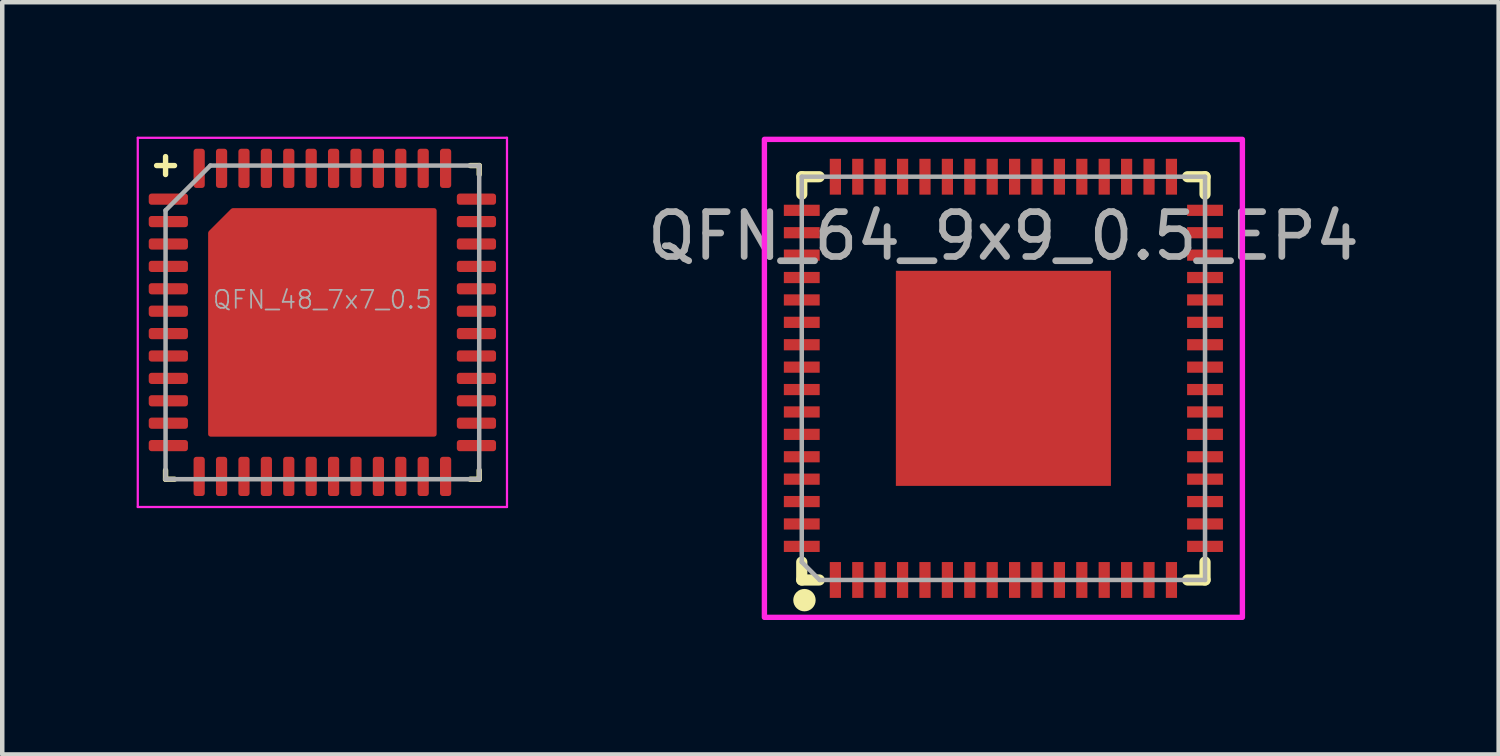
<source format=kicad_pcb>
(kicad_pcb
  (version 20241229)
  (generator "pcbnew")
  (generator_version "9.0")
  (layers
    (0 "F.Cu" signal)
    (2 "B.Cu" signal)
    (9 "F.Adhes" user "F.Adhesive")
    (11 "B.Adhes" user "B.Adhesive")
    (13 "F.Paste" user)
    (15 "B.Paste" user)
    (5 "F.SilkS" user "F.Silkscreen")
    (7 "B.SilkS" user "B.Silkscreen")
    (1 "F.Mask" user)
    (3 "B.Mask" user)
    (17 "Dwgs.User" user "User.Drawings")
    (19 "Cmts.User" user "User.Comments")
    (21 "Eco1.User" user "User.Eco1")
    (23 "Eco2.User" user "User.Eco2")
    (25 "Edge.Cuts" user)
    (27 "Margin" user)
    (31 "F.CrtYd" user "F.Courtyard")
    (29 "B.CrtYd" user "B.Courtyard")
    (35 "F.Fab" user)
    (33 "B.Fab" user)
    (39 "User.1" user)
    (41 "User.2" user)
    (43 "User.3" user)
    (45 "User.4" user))
  (footprint "QFN_64_9x9_0.5_EP4"
    (layer "F.Cu")
    (at 19.344 5.394)
    (property "Reference" "QFN_64_9x9_0.5_EP4" (at 0 -3.175 0) (layer "F.Fab") (effects (font (size 1 1) (thickness 0.15))))
    (attr smd)
    (fp_line (start -4.5 -4.5) (end -4.11 -4.5) (stroke (width 0.25) (type solid)) (layer "F.SilkS"))
    (fp_line (start -4.5 -4.11) (end -4.5 -4.5) (stroke (width 0.25) (type solid)) (layer "F.SilkS"))
    (fp_line (start -4.5 4.5) (end -4.5 4.1) (stroke (width 0.25) (type solid)) (layer "F.SilkS"))
    (fp_line (start -4.11 4.5) (end -4.5 4.5) (stroke (width 0.25) (type solid)) (layer "F.SilkS"))
    (fp_line (start 4.11 -4.5) (end 4.5 -4.5) (stroke (width 0.25) (type solid)) (layer "F.SilkS"))
    (fp_line (start 4.5 -4.5) (end 4.5 -4.11) (stroke (width 0.25) (type solid)) (layer "F.SilkS"))
    (fp_line (start 4.5 4.1) (end 4.5 4.5) (stroke (width 0.25) (type solid)) (layer "F.SilkS"))
    (fp_line (start 4.5 4.5) (end 4.11 4.5) (stroke (width 0.25) (type solid)) (layer "F.SilkS"))
    (fp_arc (start -4.44 4.95) (mid -4.44 4.95) (end -4.44 4.95) (stroke (width 0.25) (type solid)) (layer "F.SilkS"))
    (fp_rect (start -5.334 -5.334) (end 5.334 5.334) (stroke (width 0.12) (type default)) (fill no) (layer "F.CrtYd"))
    (fp_line (start -4.5 -4.5) (end -4.5 4.1) (stroke (width 0.1) (type default)) (layer "F.Fab"))
    (fp_line (start -4.5 4.1) (end -4.1 4.5) (stroke (width 0.1) (type default)) (layer "F.Fab"))
    (fp_line (start -4.1 4.5) (end 4.5 4.5) (stroke (width 0.1) (type default)) (layer "F.Fab"))
    (fp_line (start 4.5 -4.5) (end -4.5 -4.5) (stroke (width 0.1) (type default)) (layer "F.Fab"))
    (fp_line (start 4.5 4.5) (end 4.5 -4.5) (stroke (width 0.1) (type default)) (layer "F.Fab"))
    (pad "1" smd rect (at -3.75 4.5 90) (size 0.8 0.25) (layers "F.Cu" "F.Mask" "F.Paste"))
    (pad "2" smd rect (at -3.25 4.5 90) (size 0.8 0.25) (layers "F.Cu" "F.Mask" "F.Paste"))
    (pad "3" smd rect (at -2.75 4.5 90) (size 0.8 0.25) (layers "F.Cu" "F.Mask" "F.Paste"))
    (pad "4" smd rect (at -2.25 4.5 90) (size 0.8 0.25) (layers "F.Cu" "F.Mask" "F.Paste"))
    (pad "5" smd rect (at -1.75 4.5 90) (size 0.8 0.25) (layers "F.Cu" "F.Mask" "F.Paste"))
    (pad "6" smd rect (at -1.25 4.5 90) (size 0.8 0.25) (layers "F.Cu" "F.Mask" "F.Paste"))
    (pad "7" smd rect (at -0.75 4.5 90) (size 0.8 0.25) (layers "F.Cu" "F.Mask" "F.Paste"))
    (pad "8" smd rect (at -0.25 4.5 90) (size 0.8 0.25) (layers "F.Cu" "F.Mask" "F.Paste"))
    (pad "9" smd rect (at 0.25 4.5 90) (size 0.8 0.25) (layers "F.Cu" "F.Mask" "F.Paste"))
    (pad "10" smd rect (at 0.75 4.5 90) (size 0.8 0.25) (layers "F.Cu" "F.Mask" "F.Paste"))
    (pad "11" smd rect (at 1.25 4.5 90) (size 0.8 0.25) (layers "F.Cu" "F.Mask" "F.Paste"))
    (pad "12" smd rect (at 1.75 4.5 90) (size 0.8 0.25) (layers "F.Cu" "F.Mask" "F.Paste"))
    (pad "13" smd rect (at 2.25 4.5 90) (size 0.8 0.25) (layers "F.Cu" "F.Mask" "F.Paste"))
    (pad "14" smd rect (at 2.75 4.5 90) (size 0.8 0.25) (layers "F.Cu" "F.Mask" "F.Paste"))
    (pad "15" smd rect (at 3.25 4.5 90) (size 0.8 0.25) (layers "F.Cu" "F.Mask" "F.Paste"))
    (pad "16" smd rect (at 3.75 4.5 90) (size 0.8 0.25) (layers "F.Cu" "F.Mask" "F.Paste"))
    (pad "17" smd rect (at 4.5 3.75) (size 0.8 0.25) (layers "F.Cu" "F.Mask" "F.Paste"))
    (pad "18" smd rect (at 4.5 3.25) (size 0.8 0.25) (layers "F.Cu" "F.Mask" "F.Paste"))
    (pad "19" smd rect (at 4.5 2.75) (size 0.8 0.25) (layers "F.Cu" "F.Mask" "F.Paste"))
    (pad "20" smd rect (at 4.5 2.25) (size 0.8 0.25) (layers "F.Cu" "F.Mask" "F.Paste"))
    (pad "21" smd rect (at 4.5 1.75) (size 0.8 0.25) (layers "F.Cu" "F.Mask" "F.Paste"))
    (pad "22" smd rect (at 4.5 1.25) (size 0.8 0.25) (layers "F.Cu" "F.Mask" "F.Paste"))
    (pad "23" smd rect (at 4.5 0.75) (size 0.8 0.25) (layers "F.Cu" "F.Mask" "F.Paste"))
    (pad "24" smd rect (at 4.5 0.25) (size 0.8 0.25) (layers "F.Cu" "F.Mask" "F.Paste"))
    (pad "25" smd rect (at 4.5 -0.25) (size 0.8 0.25) (layers "F.Cu" "F.Mask" "F.Paste"))
    (pad "26" smd rect (at 4.5 -0.75) (size 0.8 0.25) (layers "F.Cu" "F.Mask" "F.Paste"))
    (pad "27" smd rect (at 4.5 -1.25) (size 0.8 0.25) (layers "F.Cu" "F.Mask" "F.Paste"))
    (pad "28" smd rect (at 4.5 -1.75) (size 0.8 0.25) (layers "F.Cu" "F.Mask" "F.Paste"))
    (pad "29" smd rect (at 4.5 -2.25) (size 0.8 0.25) (layers "F.Cu" "F.Mask" "F.Paste"))
    (pad "30" smd rect (at 4.5 -2.75) (size 0.8 0.25) (layers "F.Cu" "F.Mask" "F.Paste"))
    (pad "31" smd rect (at 4.5 -3.25) (size 0.8 0.25) (layers "F.Cu" "F.Mask" "F.Paste"))
    (pad "32" smd rect (at 4.5 -3.75) (size 0.8 0.25) (layers "F.Cu" "F.Mask" "F.Paste"))
    (pad "33" smd rect (at 3.75 -4.5 90) (size 0.8 0.25) (layers "F.Cu" "F.Mask" "F.Paste"))
    (pad "34" smd rect (at 3.25 -4.5 90) (size 0.8 0.25) (layers "F.Cu" "F.Mask" "F.Paste"))
    (pad "35" smd rect (at 2.75 -4.5 90) (size 0.8 0.25) (layers "F.Cu" "F.Mask" "F.Paste"))
    (pad "36" smd rect (at 2.25 -4.5 90) (size 0.8 0.25) (layers "F.Cu" "F.Mask" "F.Paste"))
    (pad "37" smd rect (at 1.75 -4.5 90) (size 0.8 0.25) (layers "F.Cu" "F.Mask" "F.Paste"))
    (pad "38" smd rect (at 1.25 -4.5 90) (size 0.8 0.25) (layers "F.Cu" "F.Mask" "F.Paste"))
    (pad "39" smd rect (at 0.75 -4.5 90) (size 0.8 0.25) (layers "F.Cu" "F.Mask" "F.Paste"))
    (pad "40" smd rect (at 0.25 -4.5 90) (size 0.8 0.25) (layers "F.Cu" "F.Mask" "F.Paste"))
    (pad "41" smd rect (at -0.25 -4.5 90) (size 0.8 0.25) (layers "F.Cu" "F.Mask" "F.Paste"))
    (pad "42" smd rect (at -0.75 -4.5 90) (size 0.8 0.25) (layers "F.Cu" "F.Mask" "F.Paste"))
    (pad "43" smd rect (at -1.25 -4.5 90) (size 0.8 0.25) (layers "F.Cu" "F.Mask" "F.Paste"))
    (pad "44" smd rect (at -1.75 -4.5 90) (size 0.8 0.25) (layers "F.Cu" "F.Mask" "F.Paste"))
    (pad "45" smd rect (at -2.25 -4.5 90) (size 0.8 0.25) (layers "F.Cu" "F.Mask" "F.Paste"))
    (pad "46" smd rect (at -2.75 -4.5 90) (size 0.8 0.25) (layers "F.Cu" "F.Mask" "F.Paste"))
    (pad "47" smd rect (at -3.25 -4.5 90) (size 0.8 0.25) (layers "F.Cu" "F.Mask" "F.Paste"))
    (pad "48" smd rect (at -3.75 -4.5 90) (size 0.8 0.25) (layers "F.Cu" "F.Mask" "F.Paste"))
    (pad "49" smd rect (at -4.5 -3.75) (size 0.8 0.25) (layers "F.Cu" "F.Mask" "F.Paste"))
    (pad "50" smd rect (at -4.5 -3.25) (size 0.8 0.25) (layers "F.Cu" "F.Mask" "F.Paste"))
    (pad "51" smd rect (at -4.5 -2.75) (size 0.8 0.25) (layers "F.Cu" "F.Mask" "F.Paste"))
    (pad "52" smd rect (at -4.5 -2.25) (size 0.8 0.25) (layers "F.Cu" "F.Mask" "F.Paste"))
    (pad "53" smd rect (at -4.5 -1.75) (size 0.8 0.25) (layers "F.Cu" "F.Mask" "F.Paste"))
    (pad "54" smd rect (at -4.5 -1.25) (size 0.8 0.25) (layers "F.Cu" "F.Mask" "F.Paste"))
    (pad "55" smd rect (at -4.5 -0.75) (size 0.8 0.25) (layers "F.Cu" "F.Mask" "F.Paste"))
    (pad "56" smd rect (at -4.5 -0.25) (size 0.8 0.25) (layers "F.Cu" "F.Mask" "F.Paste"))
    (pad "57" smd rect (at -4.5 0.25) (size 0.8 0.25) (layers "F.Cu" "F.Mask" "F.Paste"))
    (pad "58" smd rect (at -4.5 0.75) (size 0.8 0.25) (layers "F.Cu" "F.Mask" "F.Paste"))
    (pad "59" smd rect (at -4.5 1.25) (size 0.8 0.25) (layers "F.Cu" "F.Mask" "F.Paste"))
    (pad "60" smd rect (at -4.5 1.75) (size 0.8 0.25) (layers "F.Cu" "F.Mask" "F.Paste"))
    (pad "61" smd rect (at -4.5 2.25) (size 0.8 0.25) (layers "F.Cu" "F.Mask" "F.Paste"))
    (pad "62" smd rect (at -4.5 2.75) (size 0.8 0.25) (layers "F.Cu" "F.Mask" "F.Paste"))
    (pad "63" smd rect (at -4.5 3.25) (size 0.8 0.25) (layers "F.Cu" "F.Mask" "F.Paste"))
    (pad "64" smd rect (at -4.5 3.75) (size 0.8 0.25) (layers "F.Cu" "F.Mask" "F.Paste"))
    (pad "65" smd rect (at 0 0) (size 4.8 4.8) (layers "F.Cu" "F.Mask" "F.Paste")))
  (footprint "QFN_48_7x7_0.5"
    (layer "F.Cu")
    (at 4.145 4.145)
    (property "Reference" "QFN_48_7x7_0.5" (at 0 -0.508 0) (unlocked yes) (layer "F.Fab") (effects (font (size 0.4 0.4) (thickness 0.04))))
    (attr smd)
    (fp_line (start -3.5 -3.5) (end -3.7 -3.5) (stroke (width 0.12) (type default)) (layer "F.SilkS"))
    (fp_line (start -3.5 -3.5) (end -3.5 -3.7) (stroke (width 0.12) (type default)) (layer "F.SilkS"))
    (fp_line (start -3.5 -3.5) (end -3.5 -3.3) (stroke (width 0.12) (type default)) (layer "F.SilkS"))
    (fp_line (start -3.5 -3.5) (end -3.3 -3.5) (stroke (width 0.12) (type default)) (layer "F.SilkS"))
    (fp_line (start -3.5 3.5) (end -3.5 3.3) (stroke (width 0.12) (type default)) (layer "F.SilkS"))
    (fp_line (start -3.5 3.5) (end -3.3 3.5) (stroke (width 0.12) (type default)) (layer "F.SilkS"))
    (fp_line (start 3.5 -3.5) (end 3.3 -3.5) (stroke (width 0.12) (type default)) (layer "F.SilkS"))
    (fp_line (start 3.5 -3.5) (end 3.5 -3.3) (stroke (width 0.12) (type default)) (layer "F.SilkS"))
    (fp_line (start 3.5 3.5) (end 3.3 3.5) (stroke (width 0.12) (type default)) (layer "F.SilkS"))
    (fp_line (start 3.5 3.5) (end 3.5 3.3) (stroke (width 0.12) (type default)) (layer "F.SilkS"))
    (fp_line (start -4.12 -4.12) (end -4.12 4.12) (stroke (width 0.05) (type solid)) (layer "F.CrtYd"))
    (fp_line (start -4.12 4.12) (end 4.12 4.12) (stroke (width 0.05) (type solid)) (layer "F.CrtYd"))
    (fp_line (start 4.12 -4.12) (end -4.12 -4.12) (stroke (width 0.05) (type solid)) (layer "F.CrtYd"))
    (fp_line (start 4.12 4.12) (end 4.12 -4.12) (stroke (width 0.05) (type solid)) (layer "F.CrtYd"))
    (fp_line (start -3.5 -2.5) (end -2.5 -3.5) (stroke (width 0.1) (type solid)) (layer "F.Fab"))
    (fp_line (start -3.5 3.5) (end -3.5 -2.5) (stroke (width 0.1) (type solid)) (layer "F.Fab"))
    (fp_line (start -2.5 -3.5) (end 3.5 -3.5) (stroke (width 0.1) (type solid)) (layer "F.Fab"))
    (fp_line (start 3.5 -3.5) (end 3.5 3.5) (stroke (width 0.1) (type solid)) (layer "F.Fab"))
    (fp_line (start 3.5 3.5) (end -3.5 3.5) (stroke (width 0.1) (type solid)) (layer "F.Fab"))
    (pad "" smd roundrect (at -1.5 -1.5) (size 1.13 1.13) (layers "F.Paste") (roundrect_rratio 0.221))
    (pad "" smd roundrect (at -1.5 0) (size 1.13 1.13) (layers "F.Paste") (roundrect_rratio 0.221))
    (pad "" smd roundrect (at -1.5 1.5) (size 1.13 1.13) (layers "F.Paste") (roundrect_rratio 0.221))
    (pad "" smd roundrect (at 0 -1.5) (size 1.13 1.13) (layers "F.Paste") (roundrect_rratio 0.221))
    (pad "" smd roundrect (at 0 0) (size 1.13 1.13) (layers "F.Paste") (roundrect_rratio 0.221))
    (pad "" smd roundrect (at 0 1.5) (size 1.13 1.13) (layers "F.Paste") (roundrect_rratio 0.221))
    (pad "" smd roundrect (at 1.5 -1.5) (size 1.13 1.13) (layers "F.Paste") (roundrect_rratio 0.221))
    (pad "" smd roundrect (at 1.5 0) (size 1.13 1.13) (layers "F.Paste") (roundrect_rratio 0.221))
    (pad "" smd roundrect (at 1.5 1.5) (size 1.13 1.13) (layers "F.Paste") (roundrect_rratio 0.221))
    (pad "1" smd roundrect (at -3.438 -2.75) (size 0.875 0.25) (layers "F.Cu" "F.Mask" "F.Paste") (roundrect_rratio 0.25))
    (pad "2" smd roundrect (at -3.438 -2.25) (size 0.875 0.25) (layers "F.Cu" "F.Mask" "F.Paste") (roundrect_rratio 0.25))
    (pad "3" smd roundrect (at -3.438 -1.75) (size 0.875 0.25) (layers "F.Cu" "F.Mask" "F.Paste") (roundrect_rratio 0.25))
    (pad "4" smd roundrect (at -3.438 -1.25) (size 0.875 0.25) (layers "F.Cu" "F.Mask" "F.Paste") (roundrect_rratio 0.25))
    (pad "5" smd roundrect (at -3.438 -0.75) (size 0.875 0.25) (layers "F.Cu" "F.Mask" "F.Paste") (roundrect_rratio 0.25))
    (pad "6" smd roundrect (at -3.438 -0.25) (size 0.875 0.25) (layers "F.Cu" "F.Mask" "F.Paste") (roundrect_rratio 0.25))
    (pad "7" smd roundrect (at -3.438 0.25) (size 0.875 0.25) (layers "F.Cu" "F.Mask" "F.Paste") (roundrect_rratio 0.25))
    (pad "8" smd roundrect (at -3.438 0.75) (size 0.875 0.25) (layers "F.Cu" "F.Mask" "F.Paste") (roundrect_rratio 0.25))
    (pad "9" smd roundrect (at -3.438 1.25) (size 0.875 0.25) (layers "F.Cu" "F.Mask" "F.Paste") (roundrect_rratio 0.25))
    (pad "10" smd roundrect (at -3.438 1.75) (size 0.875 0.25) (layers "F.Cu" "F.Mask" "F.Paste") (roundrect_rratio 0.25))
    (pad "11" smd roundrect (at -3.438 2.25) (size 0.875 0.25) (layers "F.Cu" "F.Mask" "F.Paste") (roundrect_rratio 0.25))
    (pad "12" smd roundrect (at -3.438 2.75) (size 0.875 0.25) (layers "F.Cu" "F.Mask" "F.Paste") (roundrect_rratio 0.25))
    (pad "13" smd roundrect (at -2.75 3.438) (size 0.25 0.875) (layers "F.Cu" "F.Mask" "F.Paste") (roundrect_rratio 0.25))
    (pad "14" smd roundrect (at -2.25 3.438) (size 0.25 0.875) (layers "F.Cu" "F.Mask" "F.Paste") (roundrect_rratio 0.25))
    (pad "15" smd roundrect (at -1.75 3.438) (size 0.25 0.875) (layers "F.Cu" "F.Mask" "F.Paste") (roundrect_rratio 0.25))
    (pad "16" smd roundrect (at -1.25 3.438) (size 0.25 0.875) (layers "F.Cu" "F.Mask" "F.Paste") (roundrect_rratio 0.25))
    (pad "17" smd roundrect (at -0.75 3.438) (size 0.25 0.875) (layers "F.Cu" "F.Mask" "F.Paste") (roundrect_rratio 0.25))
    (pad "18" smd roundrect (at -0.25 3.438) (size 0.25 0.875) (layers "F.Cu" "F.Mask" "F.Paste") (roundrect_rratio 0.25))
    (pad "19" smd roundrect (at 0.25 3.438) (size 0.25 0.875) (layers "F.Cu" "F.Mask" "F.Paste") (roundrect_rratio 0.25))
    (pad "20" smd roundrect (at 0.75 3.438) (size 0.25 0.875) (layers "F.Cu" "F.Mask" "F.Paste") (roundrect_rratio 0.25))
    (pad "21" smd roundrect (at 1.25 3.438) (size 0.25 0.875) (layers "F.Cu" "F.Mask" "F.Paste") (roundrect_rratio 0.25))
    (pad "22" smd roundrect (at 1.75 3.438) (size 0.25 0.875) (layers "F.Cu" "F.Mask" "F.Paste") (roundrect_rratio 0.25))
    (pad "23" smd roundrect (at 2.25 3.438) (size 0.25 0.875) (layers "F.Cu" "F.Mask" "F.Paste") (roundrect_rratio 0.25))
    (pad "24" smd roundrect (at 2.75 3.438) (size 0.25 0.875) (layers "F.Cu" "F.Mask" "F.Paste") (roundrect_rratio 0.25))
    (pad "25" smd roundrect (at 3.438 2.75) (size 0.875 0.25) (layers "F.Cu" "F.Mask" "F.Paste") (roundrect_rratio 0.25))
    (pad "26" smd roundrect (at 3.438 2.25) (size 0.875 0.25) (layers "F.Cu" "F.Mask" "F.Paste") (roundrect_rratio 0.25))
    (pad "27" smd roundrect (at 3.438 1.75) (size 0.875 0.25) (layers "F.Cu" "F.Mask" "F.Paste") (roundrect_rratio 0.25))
    (pad "28" smd roundrect (at 3.438 1.25) (size 0.875 0.25) (layers "F.Cu" "F.Mask" "F.Paste") (roundrect_rratio 0.25))
    (pad "29" smd roundrect (at 3.438 0.75) (size 0.875 0.25) (layers "F.Cu" "F.Mask" "F.Paste") (roundrect_rratio 0.25))
    (pad "30" smd roundrect (at 3.438 0.25) (size 0.875 0.25) (layers "F.Cu" "F.Mask" "F.Paste") (roundrect_rratio 0.25))
    (pad "31" smd roundrect (at 3.438 -0.25) (size 0.875 0.25) (layers "F.Cu" "F.Mask" "F.Paste") (roundrect_rratio 0.25))
    (pad "32" smd roundrect (at 3.438 -0.75) (size 0.875 0.25) (layers "F.Cu" "F.Mask" "F.Paste") (roundrect_rratio 0.25))
    (pad "33" smd roundrect (at 3.438 -1.25) (size 0.875 0.25) (layers "F.Cu" "F.Mask" "F.Paste") (roundrect_rratio 0.25))
    (pad "34" smd roundrect (at 3.438 -1.75) (size 0.875 0.25) (layers "F.Cu" "F.Mask" "F.Paste") (roundrect_rratio 0.25))
    (pad "35" smd roundrect (at 3.438 -2.25) (size 0.875 0.25) (layers "F.Cu" "F.Mask" "F.Paste") (roundrect_rratio 0.25))
    (pad "36" smd roundrect (at 3.438 -2.75) (size 0.875 0.25) (layers "F.Cu" "F.Mask" "F.Paste") (roundrect_rratio 0.25))
    (pad "37" smd roundrect (at 2.75 -3.438) (size 0.25 0.875) (layers "F.Cu" "F.Mask" "F.Paste") (roundrect_rratio 0.25))
    (pad "38" smd roundrect (at 2.25 -3.438) (size 0.25 0.875) (layers "F.Cu" "F.Mask" "F.Paste") (roundrect_rratio 0.25))
    (pad "39" smd roundrect (at 1.75 -3.438) (size 0.25 0.875) (layers "F.Cu" "F.Mask" "F.Paste") (roundrect_rratio 0.25))
    (pad "40" smd roundrect (at 1.25 -3.438) (size 0.25 0.875) (layers "F.Cu" "F.Mask" "F.Paste") (roundrect_rratio 0.25))
    (pad "41" smd roundrect (at 0.75 -3.438) (size 0.25 0.875) (layers "F.Cu" "F.Mask" "F.Paste") (roundrect_rratio 0.25))
    (pad "42" smd roundrect (at 0.25 -3.438) (size 0.25 0.875) (layers "F.Cu" "F.Mask" "F.Paste") (roundrect_rratio 0.25))
    (pad "43" smd roundrect (at -0.25 -3.438) (size 0.25 0.875) (layers "F.Cu" "F.Mask" "F.Paste") (roundrect_rratio 0.25))
    (pad "44" smd roundrect (at -0.75 -3.438) (size 0.25 0.875) (layers "F.Cu" "F.Mask" "F.Paste") (roundrect_rratio 0.25))
    (pad "45" smd roundrect (at -1.25 -3.438) (size 0.25 0.875) (layers "F.Cu" "F.Mask" "F.Paste") (roundrect_rratio 0.25))
    (pad "46" smd roundrect (at -1.75 -3.438) (size 0.25 0.875) (layers "F.Cu" "F.Mask" "F.Paste") (roundrect_rratio 0.25))
    (pad "47" smd roundrect (at -2.25 -3.438) (size 0.25 0.875) (layers "F.Cu" "F.Mask" "F.Paste") (roundrect_rratio 0.25))
    (pad "48" smd roundrect (at -2.75 -3.438) (size 0.25 0.875) (layers "F.Cu" "F.Mask" "F.Paste") (roundrect_rratio 0.25))
    (pad "49" smd custom (at 0 0) (size 4 4) (layers "F.Cu" "F.Mask") (options (anchor rect)) (primitives (gr_poly (pts (xy 2.5 2.5) (xy -2.5 2.5) (xy -2.5 -2) (xy -2 -2.5) (xy 2.5 -2.5)) (width 0.1) (fill yes)))))
  (gr_rect
    (start -3 -3)
    (end 30.397 13.788)
    (stroke (width 0.1) (type default))
    (fill no)
    (layer "Edge.Cuts")))
</source>
